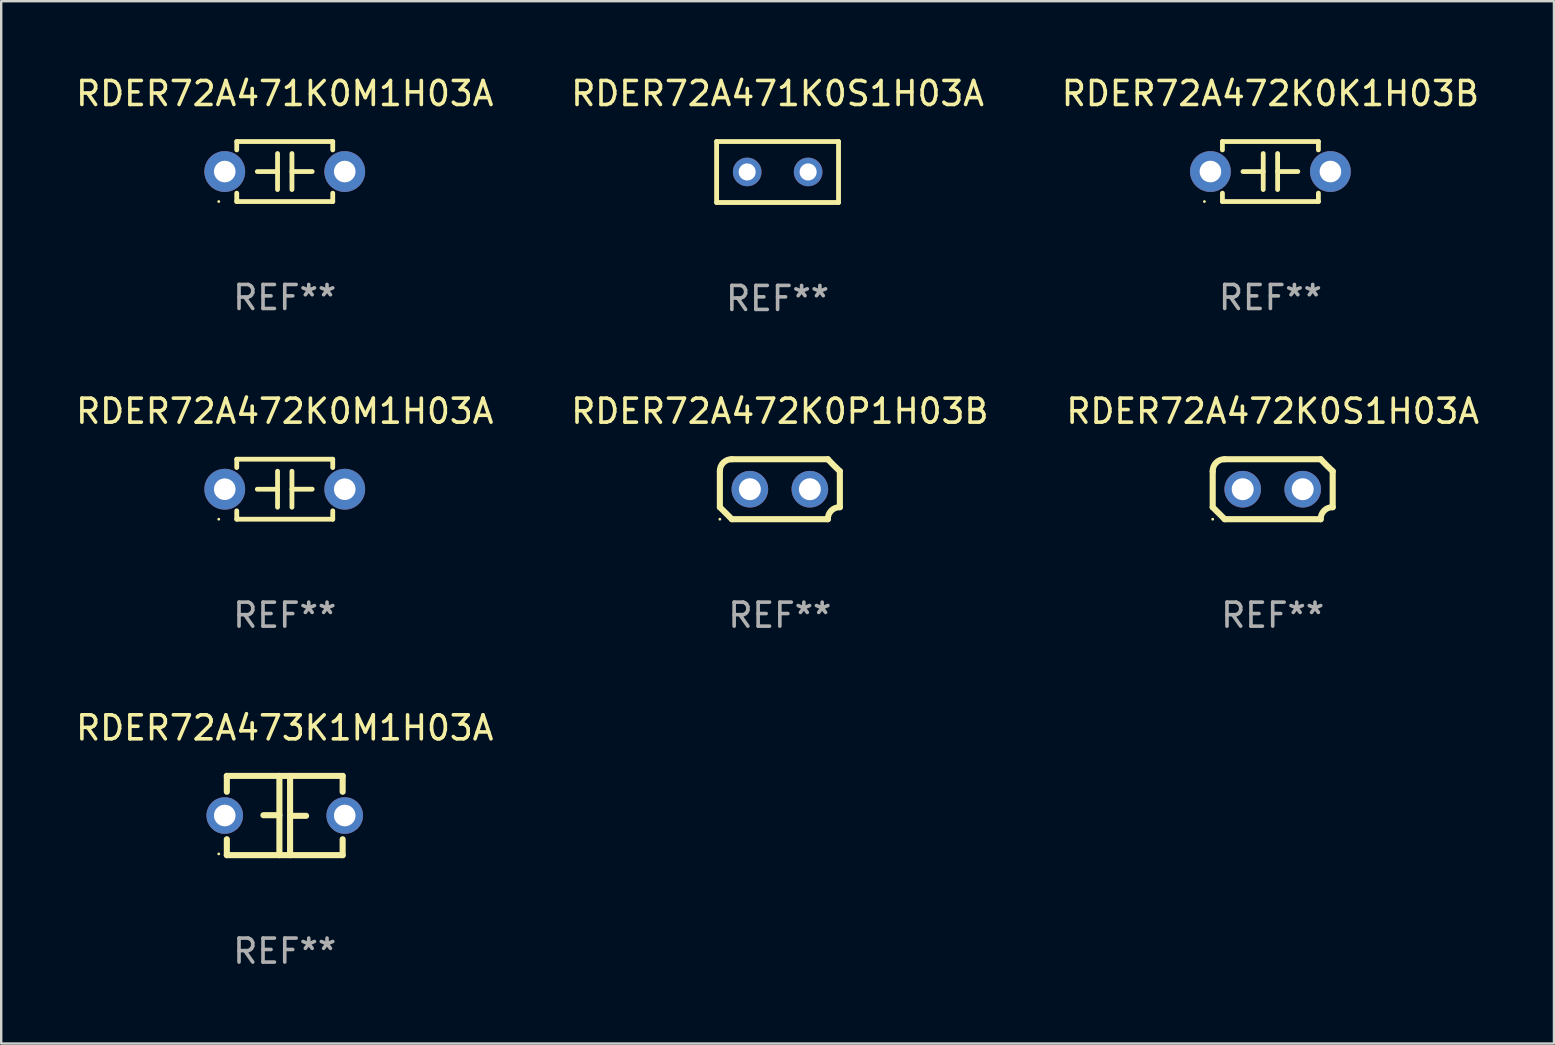
<source format=kicad_pcb>
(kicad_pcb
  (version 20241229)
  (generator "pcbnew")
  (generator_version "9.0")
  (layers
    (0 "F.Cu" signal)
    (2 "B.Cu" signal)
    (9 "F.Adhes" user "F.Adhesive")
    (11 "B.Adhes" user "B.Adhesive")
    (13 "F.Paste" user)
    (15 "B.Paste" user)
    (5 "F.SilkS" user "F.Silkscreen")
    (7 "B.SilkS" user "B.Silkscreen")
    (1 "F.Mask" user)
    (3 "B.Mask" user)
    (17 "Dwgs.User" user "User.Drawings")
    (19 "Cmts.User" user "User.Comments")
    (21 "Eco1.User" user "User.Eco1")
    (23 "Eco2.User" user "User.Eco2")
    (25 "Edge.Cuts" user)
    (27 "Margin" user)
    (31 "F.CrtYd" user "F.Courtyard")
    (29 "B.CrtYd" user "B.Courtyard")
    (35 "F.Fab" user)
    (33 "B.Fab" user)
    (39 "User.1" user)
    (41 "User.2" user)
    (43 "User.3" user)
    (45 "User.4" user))
  (footprint "RDER72A471K0M1H03A"
    (layer "F.Cu")
    (at 8.815 4.098)
    (property "Reference" "RDER72A471K0M1H03A" (at 0 -3.25 0) (layer "F.SilkS") (effects (font (size 1 1) (thickness 0.15))))
    (attr through_hole)
    (fp_line (start -2 -1.25) (end -2 -0.901) (stroke (width 0.2) (type solid)) (layer "F.SilkS"))
    (fp_line (start -2 -1.25) (end 2 -1.25) (stroke (width 0.2) (type solid)) (layer "F.SilkS"))
    (fp_line (start -2 0.901) (end -2 1.25) (stroke (width 0.2) (type solid)) (layer "F.SilkS"))
    (fp_line (start -0.3 -0.75) (end -0.3 0.75) (stroke (width 0.2) (type solid)) (layer "F.SilkS"))
    (fp_line (start -0.3 0.001) (end -1.143 0.001) (stroke (width 0.2) (type solid)) (layer "F.SilkS"))
    (fp_line (start 0.3 -0.001) (end 1.143 -0.001) (stroke (width 0.2) (type solid)) (layer "F.SilkS"))
    (fp_line (start 0.3 0.75) (end 0.3 -0.75) (stroke (width 0.2) (type solid)) (layer "F.SilkS"))
    (fp_line (start 2 -1.25) (end 2 -0.901) (stroke (width 0.2) (type solid)) (layer "F.SilkS"))
    (fp_line (start 2 0.901) (end 2 1.25) (stroke (width 0.2) (type solid)) (layer "F.SilkS"))
    (fp_line (start 2 1.25) (end -2 1.25) (stroke (width 0.2) (type solid)) (layer "F.SilkS"))
    (fp_circle (center -2.75 1.25) (end -2.72 1.25) (stroke (width 0.06) (type solid)) (fill no) (layer "F.SilkS"))
    (fp_text user "REF**" (at 0 5.25 0) (layer "F.Fab") (effects (font (size 1 1) (thickness 0.15))))
    (pad "1" thru_hole circle (at -2.5 0) (size 1.7 1.7) (drill 0.9) (layers "*.Cu" "*.Mask"))
    (pad "2" thru_hole circle (at 2.5 0) (size 1.7 1.7) (drill 0.9) (layers "*.Cu" "*.Mask")))
  (footprint "RDER72A473K1M1H03A"
    (layer "F.Cu")
    (at 8.815 30.932)
    (property "Reference" "RDER72A473K1M1H03A" (at 0 -3.651 0) (layer "F.SilkS") (effects (font (size 1 1) (thickness 0.15))))
    (attr through_hole)
    (fp_line (start -2.413 -1.651) (end 2.413 -1.651) (stroke (width 0.254) (type solid)) (layer "F.SilkS"))
    (fp_line (start -2.413 -0.989) (end -2.413 -1.651) (stroke (width 0.254) (type solid)) (layer "F.SilkS"))
    (fp_line (start -2.413 1.651) (end -2.413 0.989) (stroke (width 0.254) (type solid)) (layer "F.SilkS"))
    (fp_line (start -0.222 -0.013) (end -0.889 -0.013) (stroke (width 0.254) (type solid)) (layer "F.SilkS"))
    (fp_line (start -0.222 1.651) (end -0.222 -1.651) (stroke (width 0.254) (type solid)) (layer "F.SilkS"))
    (fp_line (start 0.222 -1.651) (end 0.222 1.651) (stroke (width 0.254) (type solid)) (layer "F.SilkS"))
    (fp_line (start 0.222 0.013) (end 0.889 0.013) (stroke (width 0.254) (type solid)) (layer "F.SilkS"))
    (fp_line (start 2.413 -1.651) (end 2.413 -0.989) (stroke (width 0.254) (type solid)) (layer "F.SilkS"))
    (fp_line (start 2.413 0.989) (end 2.413 1.651) (stroke (width 0.254) (type solid)) (layer "F.SilkS"))
    (fp_line (start 2.413 1.651) (end -2.413 1.651) (stroke (width 0.254) (type solid)) (layer "F.SilkS"))
    (fp_circle (center -2.75 1.6) (end -2.72 1.6) (stroke (width 0.06) (type solid)) (fill no) (layer "F.SilkS"))
    (fp_text user "REF**" (at 0 5.651 0) (layer "F.Fab") (effects (font (size 1 1) (thickness 0.15))))
    (pad "1" thru_hole circle (at -2.5 0) (size 1.524 1.524) (drill 0.9) (layers "*.Cu" "*.Mask"))
    (pad "2" thru_hole circle (at 2.5 0) (size 1.524 1.524) (drill 0.9) (layers "*.Cu" "*.Mask")))
  (footprint "RDER72A472K0S1H03A"
    (layer "F.Cu")
    (at 49.982 17.335)
    (property "Reference" "RDER72A472K0S1H03A" (at 0 -3.25 0) (layer "F.SilkS") (effects (font (size 1 1) (thickness 0.15))))
    (attr through_hole)
    (fp_line (start -2.5 -0.75) (end -2.5 0.75) (stroke (width 0.254) (type solid)) (layer "F.SilkS"))
    (fp_line (start -2 -1.25) (end 2 -1.25) (stroke (width 0.254) (type solid)) (layer "F.SilkS"))
    (fp_line (start 2 1.25) (end -2 1.25) (stroke (width 0.254) (type solid)) (layer "F.SilkS"))
    (fp_line (start 2.5 0.75) (end 2.5 -0.75) (stroke (width 0.254) (type solid)) (layer "F.SilkS"))
    (fp_arc (start -2.5 0.749962) (mid -2.249559 0.999558) (end -1.99929 1.249325) (stroke (width 0.254001) (type solid)) (layer "F.SilkS"))
    (fp_arc (start -2.499366 -0.749302) (mid -2.356411 -1.106098) (end -2 -1.250013) (stroke (width 0.254001) (type solid)) (layer "F.SilkS"))
    (fp_arc (start 2 1.250013) (mid 2.142747 0.89301) (end 2.499364 0.749302) (stroke (width 0.254001) (type solid)) (layer "F.SilkS"))
    (fp_arc (start 2.5 -0.749962) (mid 2.245609 -0.995598) (end 1.999289 -1.249327) (stroke (width 0.254001) (type solid)) (layer "F.SilkS"))
    (fp_circle (center -2.5 1.25) (end -2.47 1.25) (stroke (width 0.06) (type solid)) (fill no) (layer "F.SilkS"))
    (fp_text user "REF**" (at 0 5.25 0) (layer "F.Fab") (effects (font (size 1 1) (thickness 0.15))))
    (pad "1" thru_hole circle (at -1.25 0) (size 1.524 1.524) (drill 0.914) (layers "*.Cu" "*.Mask"))
    (pad "2" thru_hole circle (at 1.25 0) (size 1.524 1.524) (drill 0.914) (layers "*.Cu" "*.Mask")))
  (footprint "RDER72A472K0M1H03A"
    (layer "F.Cu")
    (at 8.815 17.335)
    (property "Reference" "RDER72A472K0M1H03A" (at 0 -3.25 0) (layer "F.SilkS") (effects (font (size 1 1) (thickness 0.15))))
    (attr through_hole)
    (fp_line (start -2 -1.25) (end -2 -0.901) (stroke (width 0.2) (type solid)) (layer "F.SilkS"))
    (fp_line (start -2 -1.25) (end 2 -1.25) (stroke (width 0.2) (type solid)) (layer "F.SilkS"))
    (fp_line (start -2 0.901) (end -2 1.25) (stroke (width 0.2) (type solid)) (layer "F.SilkS"))
    (fp_line (start -0.3 -0.75) (end -0.3 0.75) (stroke (width 0.2) (type solid)) (layer "F.SilkS"))
    (fp_line (start -0.3 0.001) (end -1.143 0.001) (stroke (width 0.2) (type solid)) (layer "F.SilkS"))
    (fp_line (start 0.3 -0.001) (end 1.143 -0.001) (stroke (width 0.2) (type solid)) (layer "F.SilkS"))
    (fp_line (start 0.3 0.75) (end 0.3 -0.75) (stroke (width 0.2) (type solid)) (layer "F.SilkS"))
    (fp_line (start 2 -1.25) (end 2 -0.901) (stroke (width 0.2) (type solid)) (layer "F.SilkS"))
    (fp_line (start 2 0.901) (end 2 1.25) (stroke (width 0.2) (type solid)) (layer "F.SilkS"))
    (fp_line (start 2 1.25) (end -2 1.25) (stroke (width 0.2) (type solid)) (layer "F.SilkS"))
    (fp_circle (center -2.75 1.25) (end -2.72 1.25) (stroke (width 0.06) (type solid)) (fill no) (layer "F.SilkS"))
    (fp_text user "REF**" (at 0 5.25 0) (layer "F.Fab") (effects (font (size 1 1) (thickness 0.15))))
    (pad "1" thru_hole circle (at -2.5 0) (size 1.7 1.7) (drill 0.9) (layers "*.Cu" "*.Mask"))
    (pad "2" thru_hole circle (at 2.5 0) (size 1.7 1.7) (drill 0.9) (layers "*.Cu" "*.Mask")))
  (footprint "RDER72A472K0K1H03B"
    (layer "F.Cu")
    (at 49.887 4.098)
    (property "Reference" "RDER72A472K0K1H03B" (at 0 -3.25 0) (layer "F.SilkS") (effects (font (size 1 1) (thickness 0.15))))
    (attr through_hole)
    (fp_line (start -2 -1.25) (end -2 -0.901) (stroke (width 0.2) (type solid)) (layer "F.SilkS"))
    (fp_line (start -2 -1.25) (end 2 -1.25) (stroke (width 0.2) (type solid)) (layer "F.SilkS"))
    (fp_line (start -2 0.901) (end -2 1.25) (stroke (width 0.2) (type solid)) (layer "F.SilkS"))
    (fp_line (start -0.3 -0.75) (end -0.3 0.75) (stroke (width 0.2) (type solid)) (layer "F.SilkS"))
    (fp_line (start -0.3 0.001) (end -1.143 0.001) (stroke (width 0.2) (type solid)) (layer "F.SilkS"))
    (fp_line (start 0.3 -0.001) (end 1.143 -0.001) (stroke (width 0.2) (type solid)) (layer "F.SilkS"))
    (fp_line (start 0.3 0.75) (end 0.3 -0.75) (stroke (width 0.2) (type solid)) (layer "F.SilkS"))
    (fp_line (start 2 -1.25) (end 2 -0.901) (stroke (width 0.2) (type solid)) (layer "F.SilkS"))
    (fp_line (start 2 0.901) (end 2 1.25) (stroke (width 0.2) (type solid)) (layer "F.SilkS"))
    (fp_line (start 2 1.25) (end -2 1.25) (stroke (width 0.2) (type solid)) (layer "F.SilkS"))
    (fp_circle (center -2.75 1.25) (end -2.72 1.25) (stroke (width 0.06) (type solid)) (fill no) (layer "F.SilkS"))
    (fp_text user "REF**" (at 0 5.25 0) (layer "F.Fab") (effects (font (size 1 1) (thickness 0.15))))
    (pad "1" thru_hole circle (at -2.5 0) (size 1.7 1.7) (drill 0.9) (layers "*.Cu" "*.Mask"))
    (pad "2" thru_hole circle (at 2.5 0) (size 1.7 1.7) (drill 0.9) (layers "*.Cu" "*.Mask")))
  (footprint "RDER72A472K0P1H03B"
    (layer "F.Cu")
    (at 29.446 17.335)
    (property "Reference" "RDER72A472K0P1H03B" (at 0 -3.25 0) (layer "F.SilkS") (effects (font (size 1 1) (thickness 0.15))))
    (attr through_hole)
    (fp_line (start -2.5 -0.75) (end -2.5 0.75) (stroke (width 0.254) (type solid)) (layer "F.SilkS"))
    (fp_line (start -2 -1.25) (end 2 -1.25) (stroke (width 0.254) (type solid)) (layer "F.SilkS"))
    (fp_line (start 2 1.25) (end -2 1.25) (stroke (width 0.254) (type solid)) (layer "F.SilkS"))
    (fp_line (start 2.5 0.75) (end 2.5 -0.75) (stroke (width 0.254) (type solid)) (layer "F.SilkS"))
    (fp_arc (start -2.5 0.749962) (mid -2.249559 0.999558) (end -1.99929 1.249325) (stroke (width 0.254001) (type solid)) (layer "F.SilkS"))
    (fp_arc (start -2.499366 -0.749302) (mid -2.356411 -1.106098) (end -2 -1.250013) (stroke (width 0.254001) (type solid)) (layer "F.SilkS"))
    (fp_arc (start 2 1.250013) (mid 2.142747 0.89301) (end 2.499364 0.749302) (stroke (width 0.254001) (type solid)) (layer "F.SilkS"))
    (fp_arc (start 2.5 -0.749962) (mid 2.245609 -0.995598) (end 1.999289 -1.249327) (stroke (width 0.254001) (type solid)) (layer "F.SilkS"))
    (fp_circle (center -2.5 1.25) (end -2.47 1.25) (stroke (width 0.06) (type solid)) (fill no) (layer "F.SilkS"))
    (fp_text user "REF**" (at 0 5.25 0) (layer "F.Fab") (effects (font (size 1 1) (thickness 0.15))))
    (pad "1" thru_hole circle (at -1.25 0) (size 1.524 1.524) (drill 0.914) (layers "*.Cu" "*.Mask"))
    (pad "2" thru_hole circle (at 1.25 0) (size 1.524 1.524) (drill 0.914) (layers "*.Cu" "*.Mask")))
  (footprint "RDER72A471K0S1H03A"
    (layer "F.Cu")
    (at 29.351 4.118)
    (property "Reference" "RDER72A471K0S1H03A" (at 0 -3.27 0) (layer "F.SilkS") (effects (font (size 1 1) (thickness 0.15))))
    (attr through_hole)
    (fp_line (start -2.54 -1.27) (end -2.54 1.27) (stroke (width 0.201) (type solid)) (layer "F.SilkS"))
    (fp_line (start -2.54 1.27) (end 2.54 1.27) (stroke (width 0.201) (type solid)) (layer "F.SilkS"))
    (fp_line (start 2.54 -1.27) (end -2.54 -1.27) (stroke (width 0.201) (type solid)) (layer "F.SilkS"))
    (fp_line (start 2.54 1.27) (end 2.54 -1.27) (stroke (width 0.201) (type solid)) (layer "F.SilkS"))
    (fp_circle (center -2.497 1.247) (end -2.467 1.247) (stroke (width 0.06) (type solid)) (fill no) (layer "F.SilkS"))
    (fp_text user "REF**" (at 0 5.27 0) (layer "F.Fab") (effects (font (size 1 1) (thickness 0.15))))
    (pad "1" thru_hole circle (at -1.267 -0.003) (size 1.194 1.194) (drill 0.711) (layers "*.Cu" "*.Mask"))
    (pad "2" thru_hole circle (at 1.273 -0.003) (size 1.194 1.194) (drill 0.711) (layers "*.Cu" "*.Mask")))
  (gr_rect
    (start -3 -3)
    (end 61.702 40.432)
    (stroke (width 0.1) (type default))
    (fill no)
    (layer "Edge.Cuts")))
</source>
